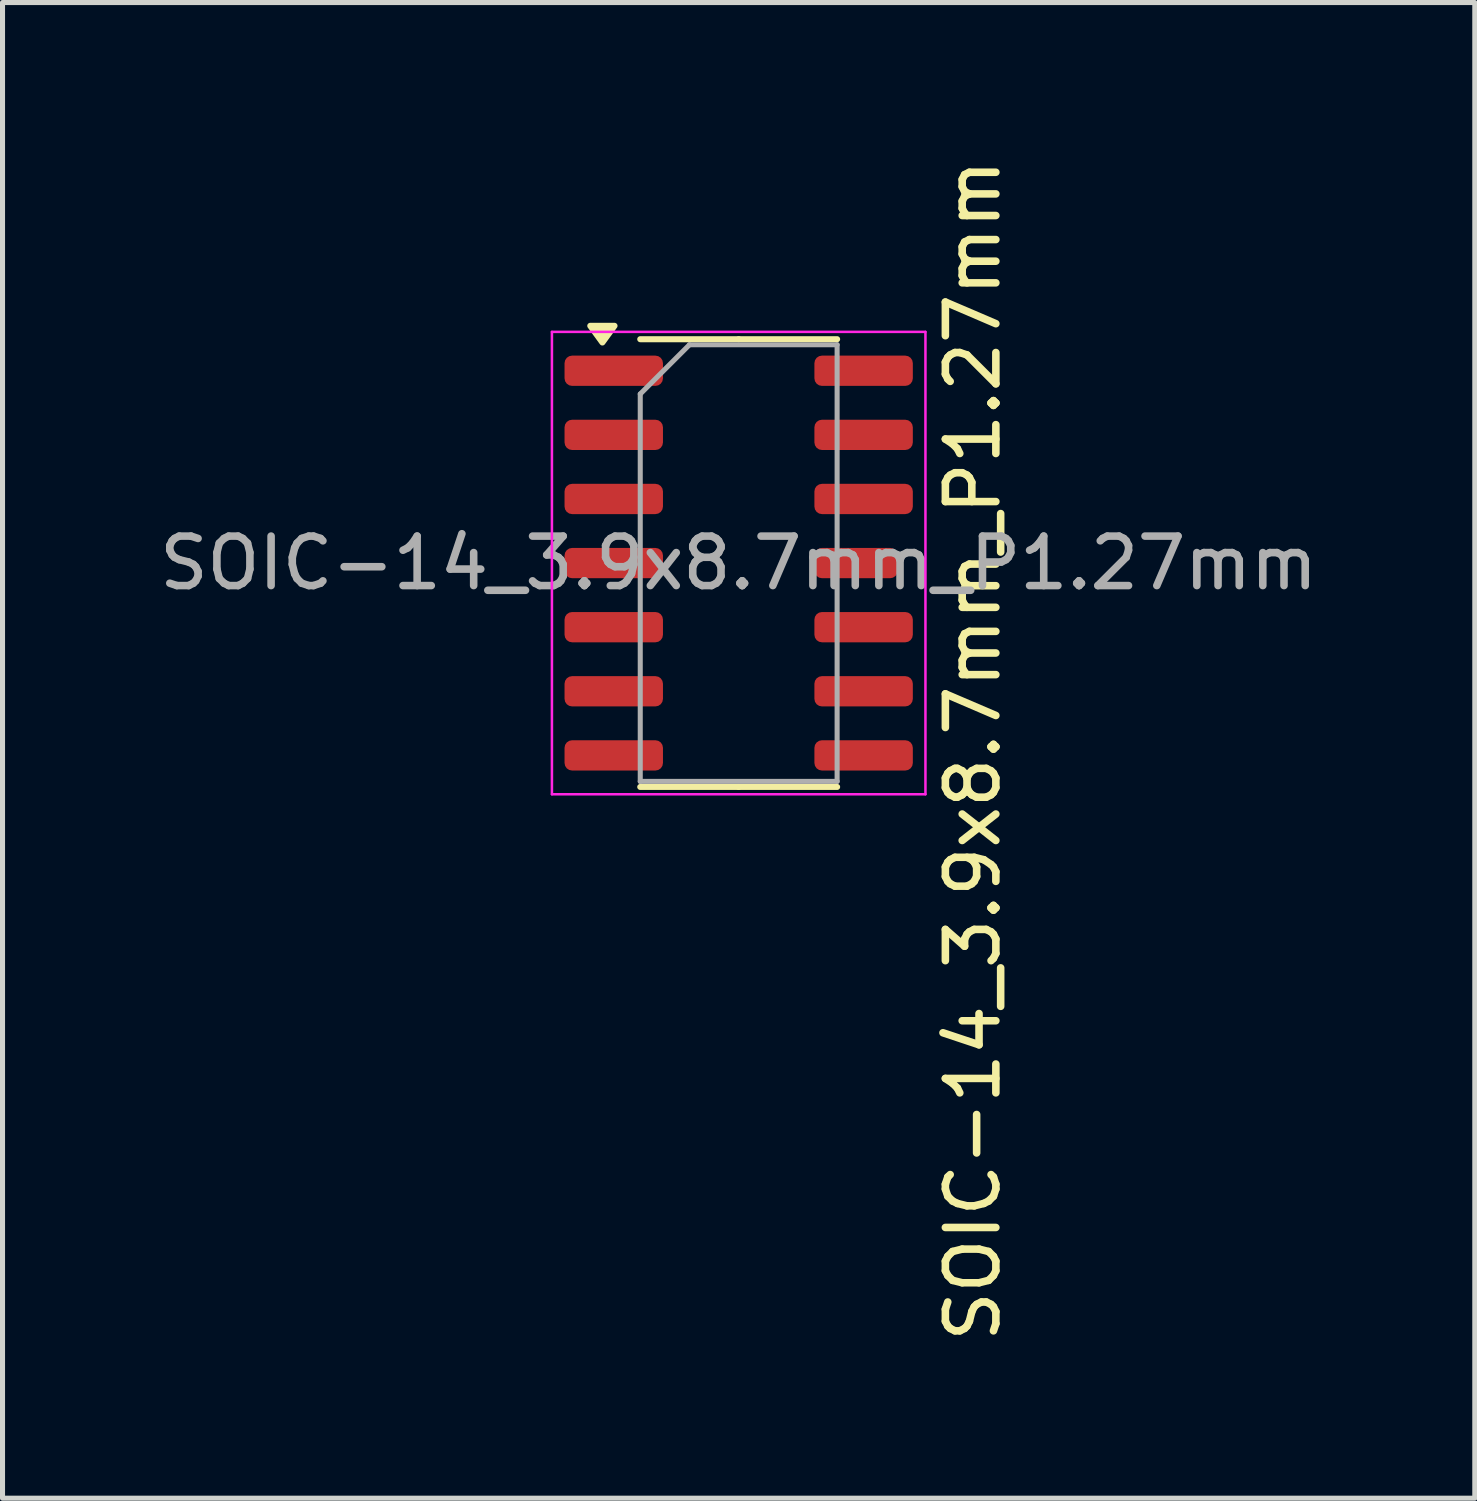
<source format=kicad_pcb>
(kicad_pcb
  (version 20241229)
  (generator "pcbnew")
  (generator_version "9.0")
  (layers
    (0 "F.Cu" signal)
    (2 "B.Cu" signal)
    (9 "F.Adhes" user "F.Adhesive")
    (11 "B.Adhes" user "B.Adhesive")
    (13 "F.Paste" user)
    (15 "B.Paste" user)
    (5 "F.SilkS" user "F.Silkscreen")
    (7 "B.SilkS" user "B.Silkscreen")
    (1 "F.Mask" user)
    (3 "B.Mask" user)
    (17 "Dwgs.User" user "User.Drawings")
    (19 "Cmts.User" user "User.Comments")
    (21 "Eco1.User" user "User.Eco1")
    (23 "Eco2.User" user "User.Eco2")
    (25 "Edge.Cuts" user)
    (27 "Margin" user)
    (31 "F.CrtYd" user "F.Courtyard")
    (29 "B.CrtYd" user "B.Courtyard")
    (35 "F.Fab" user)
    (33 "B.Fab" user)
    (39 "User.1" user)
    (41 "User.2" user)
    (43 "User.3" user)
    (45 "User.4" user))
  (footprint "SOIC-14_3.9x8.7mm_P1.27mm"
    (layer "F.Cu")
    (at 11.584 8.105)
    (property "Reference" "SOIC-14_3.9x8.7mm_P1.27mm" (at 4.64 3.71 90) (layer "F.SilkS") (effects (font (size 1 1) (thickness 0.15))))
    (attr smd)
    (fp_line (start 0 -4.435) (end -1.95 -4.435) (stroke (width 0.12) (type solid)) (layer "F.SilkS"))
    (fp_line (start 0 -4.435) (end 1.95 -4.435) (stroke (width 0.12) (type solid)) (layer "F.SilkS"))
    (fp_line (start 0 4.435) (end -1.95 4.435) (stroke (width 0.12) (type solid)) (layer "F.SilkS"))
    (fp_line (start 0 4.435) (end 1.95 4.435) (stroke (width 0.12) (type solid)) (layer "F.SilkS"))
    (fp_poly (pts (xy -2.7 -4.37) (xy -2.94 -4.7) (xy -2.46 -4.7) (xy -2.7 -4.37)) (stroke (width 0.12) (type solid)) (fill yes) (layer "F.SilkS"))
    (fp_line (start -3.7 -4.58) (end -3.7 4.58) (stroke (width 0.05) (type solid)) (layer "F.CrtYd"))
    (fp_line (start -3.7 4.58) (end 3.7 4.58) (stroke (width 0.05) (type solid)) (layer "F.CrtYd"))
    (fp_line (start 3.7 -4.58) (end -3.7 -4.58) (stroke (width 0.05) (type solid)) (layer "F.CrtYd"))
    (fp_line (start 3.7 4.58) (end 3.7 -4.58) (stroke (width 0.05) (type solid)) (layer "F.CrtYd"))
    (fp_line (start -1.95 -3.35) (end -0.975 -4.325) (stroke (width 0.1) (type solid)) (layer "F.Fab"))
    (fp_line (start -1.95 4.325) (end -1.95 -3.35) (stroke (width 0.1) (type solid)) (layer "F.Fab"))
    (fp_line (start -0.975 -4.325) (end 1.95 -4.325) (stroke (width 0.1) (type solid)) (layer "F.Fab"))
    (fp_line (start 1.95 -4.325) (end 1.95 4.325) (stroke (width 0.1) (type solid)) (layer "F.Fab"))
    (fp_line (start 1.95 4.325) (end -1.95 4.325) (stroke (width 0.1) (type solid)) (layer "F.Fab"))
    (fp_text user "${REFERENCE}" (at 0 0 180) (layer "F.Fab") (effects (font (size 0.98 0.98) (thickness 0.15))))
    (pad "1" smd roundrect (at -2.475 -3.81) (size 1.95 0.6) (layers "F.Cu" "F.Mask" "F.Paste") (roundrect_rratio 0.25))
    (pad "2" smd roundrect (at -2.475 -2.54) (size 1.95 0.6) (layers "F.Cu" "F.Mask" "F.Paste") (roundrect_rratio 0.25))
    (pad "3" smd roundrect (at -2.475 -1.27) (size 1.95 0.6) (layers "F.Cu" "F.Mask" "F.Paste") (roundrect_rratio 0.25))
    (pad "4" smd roundrect (at -2.475 0) (size 1.95 0.6) (layers "F.Cu" "F.Mask" "F.Paste") (roundrect_rratio 0.25))
    (pad "5" smd roundrect (at -2.475 1.27) (size 1.95 0.6) (layers "F.Cu" "F.Mask" "F.Paste") (roundrect_rratio 0.25))
    (pad "6" smd roundrect (at -2.475 2.54) (size 1.95 0.6) (layers "F.Cu" "F.Mask" "F.Paste") (roundrect_rratio 0.25))
    (pad "7" smd roundrect (at -2.475 3.81) (size 1.95 0.6) (layers "F.Cu" "F.Mask" "F.Paste") (roundrect_rratio 0.25))
    (pad "8" smd roundrect (at 2.475 3.81) (size 1.95 0.6) (layers "F.Cu" "F.Mask" "F.Paste") (roundrect_rratio 0.25))
    (pad "9" smd roundrect (at 2.475 2.54) (size 1.95 0.6) (layers "F.Cu" "F.Mask" "F.Paste") (roundrect_rratio 0.25))
    (pad "10" smd roundrect (at 2.475 1.27) (size 1.95 0.6) (layers "F.Cu" "F.Mask" "F.Paste") (roundrect_rratio 0.25))
    (pad "11" smd roundrect (at 2.325 0) (size 1.65 0.6) (layers "F.Cu" "F.Mask" "F.Paste") (roundrect_rratio 0.25))
    (pad "12" smd roundrect (at 2.475 -1.27) (size 1.95 0.6) (layers "F.Cu" "F.Mask" "F.Paste") (roundrect_rratio 0.25))
    (pad "13" smd roundrect (at 2.475 -2.54) (size 1.95 0.6) (layers "F.Cu" "F.Mask" "F.Paste") (roundrect_rratio 0.25))
    (pad "14" smd roundrect (at 2.475 -3.81) (size 1.95 0.6) (layers "F.Cu" "F.Mask" "F.Paste") (roundrect_rratio 0.25)))
  (gr_rect
    (start -3 -3)
    (end 26.167 26.631)
    (stroke (width 0.1) (type default))
    (fill no)
    (layer "Edge.Cuts")))
</source>
